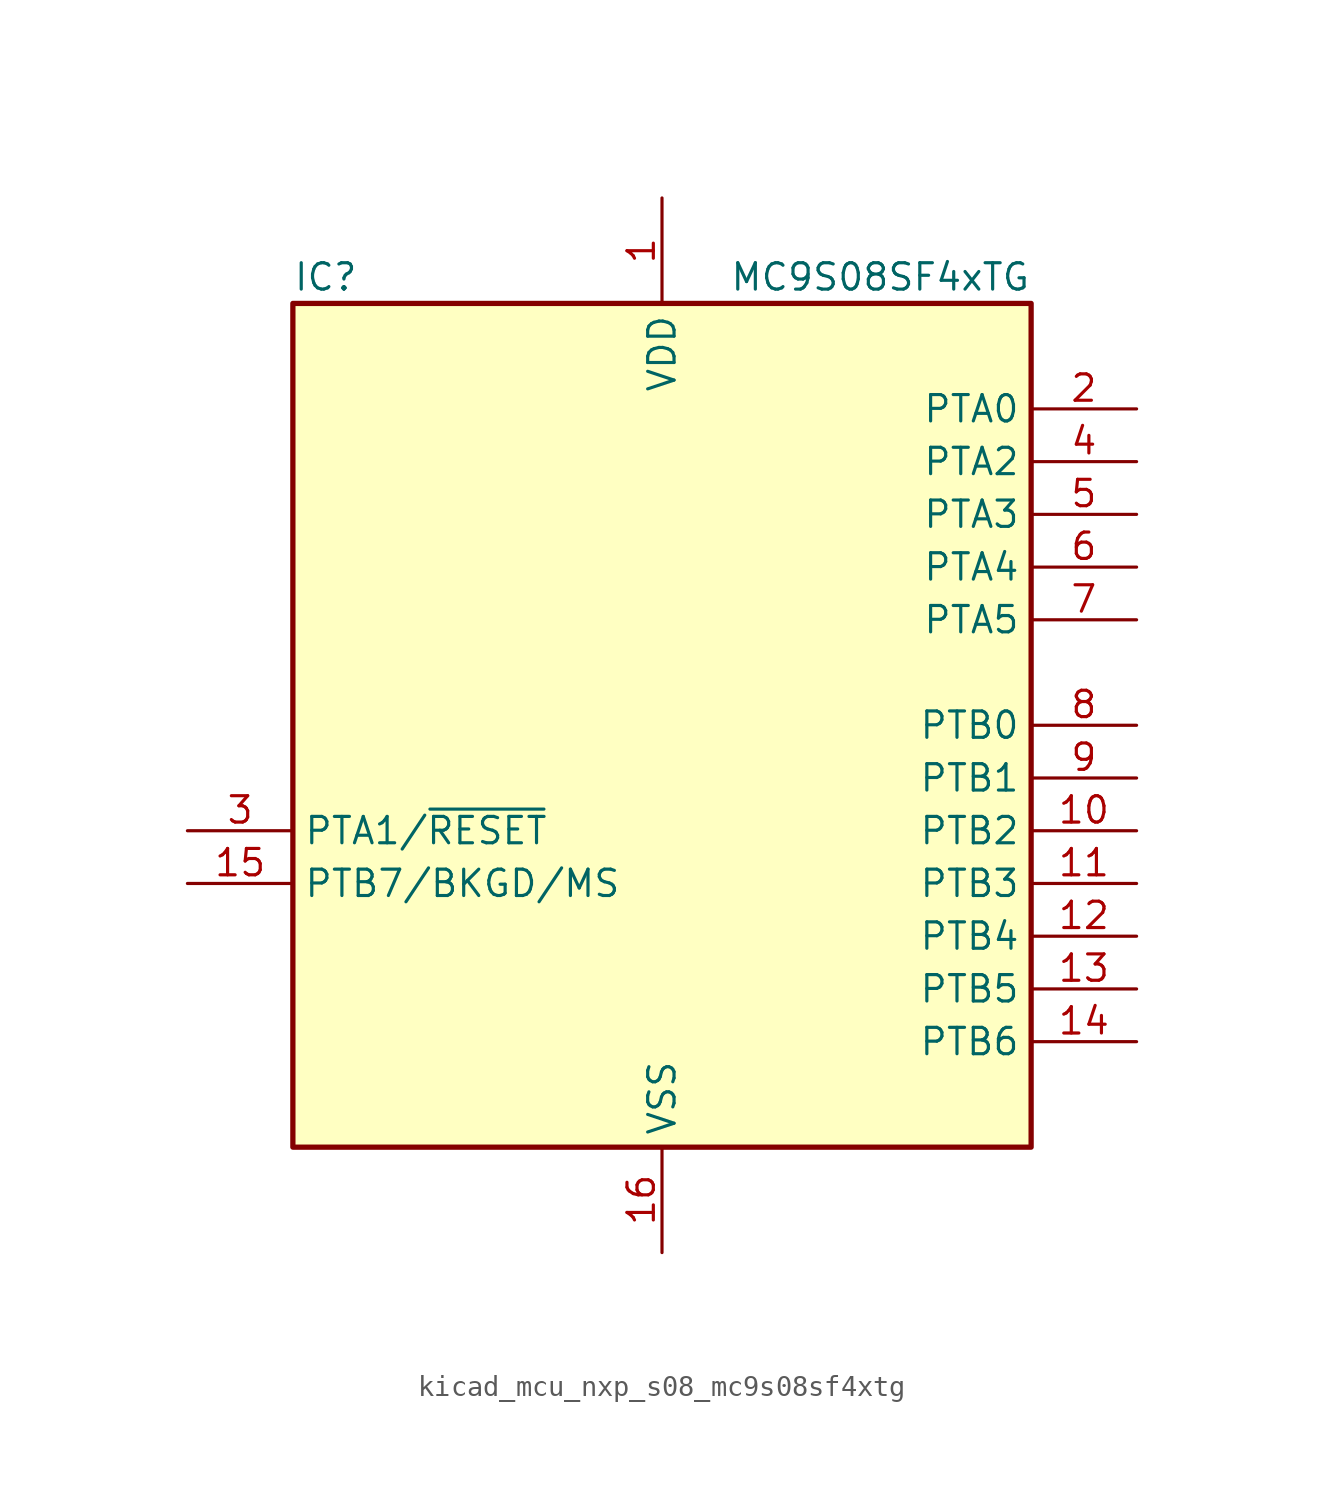
<source format=kicad_sym>
(kicad_symbol_lib
  (version 20220914)
  (generator kicad_symbol_editor)
  (symbol "kicad_mcu_nxp_s08_mc9s08sf4xtg"
    (property "Reference" "IC"
      (at -17.78 21.59 0)
      (effects (font (size 1.27 1.27)) (justify left)))
    (property "Value" "MC9S08SF4xTG"
      (at 17.78 21.59 0)
      (effects (font (size 1.27 1.27)) (justify right)))
    (symbol "kicad_mcu_nxp_s08_mc9s08sf4xtg_0_1"
      (rectangle (start -17.78 20.32) (end 17.78 -20.32) (stroke (width 0.254) (type default)) (fill (type background))))
    (symbol "kicad_mcu_nxp_s08_mc9s08sf4xtg_1_1"
      (pin power_in line (at 0 25.4 270) (length 5.08) (name "VDD" (effects (font (size 1.27 1.27)))) (number "1" (effects (font (size 1.27 1.27)))))
      (pin bidirectional line (at 22.86 -5.08 180) (length 5.08) (name "PTB2" (effects (font (size 1.27 1.27)))) (number "10" (effects (font (size 1.27 1.27)))))
      (pin bidirectional line (at 22.86 -7.62 180) (length 5.08) (name "PTB3" (effects (font (size 1.27 1.27)))) (number "11" (effects (font (size 1.27 1.27)))))
      (pin bidirectional line (at 22.86 -10.16 180) (length 5.08) (name "PTB4" (effects (font (size 1.27 1.27)))) (number "12" (effects (font (size 1.27 1.27)))))
      (pin bidirectional line (at 22.86 -12.7 180) (length 5.08) (name "PTB5" (effects (font (size 1.27 1.27)))) (number "13" (effects (font (size 1.27 1.27)))))
      (pin bidirectional line (at 22.86 -15.24 180) (length 5.08) (name "PTB6" (effects (font (size 1.27 1.27)))) (number "14" (effects (font (size 1.27 1.27)))))
      (pin bidirectional line (at -22.86 -7.62 0) (length 5.08) (name "PTB7/BKGD/MS" (effects (font (size 1.27 1.27)))) (number "15" (effects (font (size 1.27 1.27)))))
      (pin power_in line (at 0 -25.4 90) (length 5.08) (name "VSS" (effects (font (size 1.27 1.27)))) (number "16" (effects (font (size 1.27 1.27)))))
      (pin bidirectional line (at 22.86 15.24 180) (length 5.08) (name "PTA0" (effects (font (size 1.27 1.27)))) (number "2" (effects (font (size 1.27 1.27)))))
      (pin bidirectional line (at -22.86 -5.08 0) (length 5.08) (name "PTA1/~{RESET}" (effects (font (size 1.27 1.27)))) (number "3" (effects (font (size 1.27 1.27)))))
      (pin bidirectional line (at 22.86 12.7 180) (length 5.08) (name "PTA2" (effects (font (size 1.27 1.27)))) (number "4" (effects (font (size 1.27 1.27)))))
      (pin bidirectional line (at 22.86 10.16 180) (length 5.08) (name "PTA3" (effects (font (size 1.27 1.27)))) (number "5" (effects (font (size 1.27 1.27)))))
      (pin bidirectional line (at 22.86 7.62 180) (length 5.08) (name "PTA4" (effects (font (size 1.27 1.27)))) (number "6" (effects (font (size 1.27 1.27)))))
      (pin bidirectional line (at 22.86 5.08 180) (length 5.08) (name "PTA5" (effects (font (size 1.27 1.27)))) (number "7" (effects (font (size 1.27 1.27)))))
      (pin bidirectional line (at 22.86 0 180) (length 5.08) (name "PTB0" (effects (font (size 1.27 1.27)))) (number "8" (effects (font (size 1.27 1.27)))))
      (pin bidirectional line (at 22.86 -2.54 180) (length 5.08) (name "PTB1" (effects (font (size 1.27 1.27)))) (number "9" (effects (font (size 1.27 1.27))))))))
</source>
